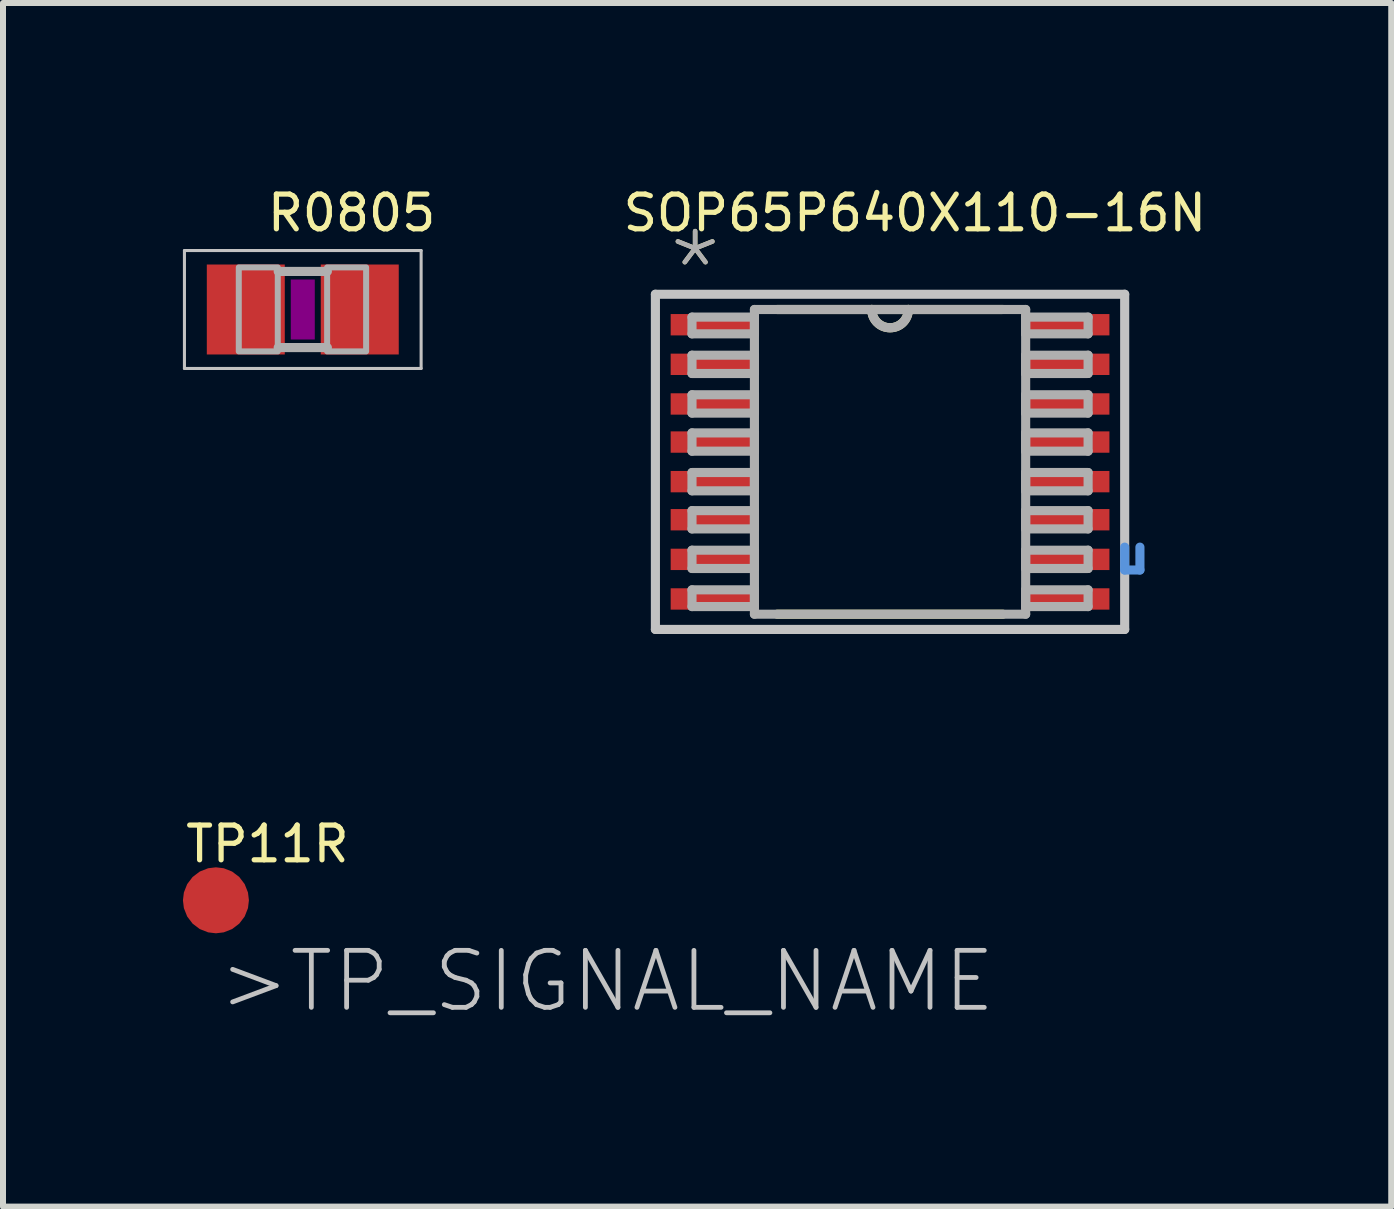
<source format=kicad_pcb>
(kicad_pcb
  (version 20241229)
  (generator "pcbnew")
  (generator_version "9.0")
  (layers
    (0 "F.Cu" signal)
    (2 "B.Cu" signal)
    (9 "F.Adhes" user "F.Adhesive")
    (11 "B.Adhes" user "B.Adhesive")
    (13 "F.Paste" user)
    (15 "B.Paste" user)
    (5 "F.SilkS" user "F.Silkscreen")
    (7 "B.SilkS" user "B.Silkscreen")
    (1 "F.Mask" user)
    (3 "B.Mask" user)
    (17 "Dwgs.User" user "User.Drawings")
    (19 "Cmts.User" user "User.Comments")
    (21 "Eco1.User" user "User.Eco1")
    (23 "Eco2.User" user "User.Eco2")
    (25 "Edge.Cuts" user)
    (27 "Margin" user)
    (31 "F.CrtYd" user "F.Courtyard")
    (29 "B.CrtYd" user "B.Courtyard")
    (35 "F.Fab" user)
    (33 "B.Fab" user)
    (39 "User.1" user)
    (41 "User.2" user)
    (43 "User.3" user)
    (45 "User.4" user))
  (footprint "SOP65P640X110-16N"
    (layer "F.Cu")
    (at 11.789 4.65)
    (property "Reference" "SOP65P640X110-16N" (at -4.496 -3.81 180) (layer "F.SilkS") (effects (font (size 0.579 0.579) (thickness 0.087)) (justify left bottom)))
    (attr through_hole)
    (fp_line (start -1.88 2.54) (end 1.88 2.54) (stroke (width 0.152) (type solid)) (layer "F.SilkS"))
    (fp_line (start -0.305 -2.54) (end -1.88 -2.54) (stroke (width 0.152) (type solid)) (layer "F.SilkS"))
    (fp_line (start 0.305 -2.54) (end -0.305 -2.54) (stroke (width 0.152) (type solid)) (layer "F.SilkS"))
    (fp_line (start 1.88 -2.54) (end 0.305 -2.54) (stroke (width 0.152) (type solid)) (layer "F.SilkS"))
    (fp_arc (start 0.3048 -2.54) (mid 0 -2.2352) (end -0.3048 -2.54) (stroke (width 0.1524) (type solid)) (layer "F.SilkS"))
    (fp_line (start -3.912 -2.794) (end 3.912 -2.794) (stroke (width 0.152) (type solid)) (layer "Dwgs.User"))
    (fp_line (start -3.912 2.794) (end -3.912 -2.794) (stroke (width 0.152) (type solid)) (layer "Dwgs.User"))
    (fp_line (start 3.912 -2.794) (end 3.912 2.794) (stroke (width 0.152) (type solid)) (layer "Dwgs.User"))
    (fp_line (start 3.912 2.794) (end -3.912 2.794) (stroke (width 0.152) (type solid)) (layer "Dwgs.User"))
    (fp_line (start 3.912 1.803) (end 3.912 1.422) (stroke (width 0.152) (type solid)) (layer "Cmts.User"))
    (fp_line (start 4.166 1.422) (end 4.166 1.803) (stroke (width 0.152) (type solid)) (layer "Cmts.User"))
    (fp_line (start 4.166 1.803) (end 3.912 1.803) (stroke (width 0.152) (type solid)) (layer "Cmts.User"))
    (fp_line (start -3.302 -2.413) (end -3.302 -2.134) (stroke (width 0.152) (type solid)) (layer "F.Fab"))
    (fp_line (start -3.302 -2.134) (end -2.261 -2.134) (stroke (width 0.152) (type solid)) (layer "F.Fab"))
    (fp_line (start -3.302 -1.778) (end -3.302 -1.473) (stroke (width 0.152) (type solid)) (layer "F.Fab"))
    (fp_line (start -3.302 -1.473) (end -2.261 -1.473) (stroke (width 0.152) (type solid)) (layer "F.Fab"))
    (fp_line (start -3.302 -1.118) (end -3.302 -0.813) (stroke (width 0.152) (type solid)) (layer "F.Fab"))
    (fp_line (start -3.302 -0.813) (end -2.261 -0.813) (stroke (width 0.152) (type solid)) (layer "F.Fab"))
    (fp_line (start -3.302 -0.483) (end -3.302 -0.178) (stroke (width 0.152) (type solid)) (layer "F.Fab"))
    (fp_line (start -3.302 -0.178) (end -2.261 -0.178) (stroke (width 0.152) (type solid)) (layer "F.Fab"))
    (fp_line (start -3.302 0.178) (end -3.302 0.483) (stroke (width 0.152) (type solid)) (layer "F.Fab"))
    (fp_line (start -3.302 0.483) (end -2.261 0.483) (stroke (width 0.152) (type solid)) (layer "F.Fab"))
    (fp_line (start -3.302 0.813) (end -3.302 1.118) (stroke (width 0.152) (type solid)) (layer "F.Fab"))
    (fp_line (start -3.302 1.118) (end -2.261 1.118) (stroke (width 0.152) (type solid)) (layer "F.Fab"))
    (fp_line (start -3.302 1.473) (end -3.302 1.778) (stroke (width 0.152) (type solid)) (layer "F.Fab"))
    (fp_line (start -3.302 1.778) (end -2.261 1.778) (stroke (width 0.152) (type solid)) (layer "F.Fab"))
    (fp_line (start -3.302 2.134) (end -3.302 2.413) (stroke (width 0.152) (type solid)) (layer "F.Fab"))
    (fp_line (start -3.302 2.413) (end -2.261 2.413) (stroke (width 0.152) (type solid)) (layer "F.Fab"))
    (fp_line (start -2.261 -2.54) (end -2.261 2.54) (stroke (width 0.152) (type solid)) (layer "F.Fab"))
    (fp_line (start -2.261 -2.413) (end -3.302 -2.413) (stroke (width 0.152) (type solid)) (layer "F.Fab"))
    (fp_line (start -2.261 -2.134) (end -2.261 -2.413) (stroke (width 0.152) (type solid)) (layer "F.Fab"))
    (fp_line (start -2.261 -1.778) (end -3.302 -1.778) (stroke (width 0.152) (type solid)) (layer "F.Fab"))
    (fp_line (start -2.261 -1.473) (end -2.261 -1.778) (stroke (width 0.152) (type solid)) (layer "F.Fab"))
    (fp_line (start -2.261 -1.118) (end -3.302 -1.118) (stroke (width 0.152) (type solid)) (layer "F.Fab"))
    (fp_line (start -2.261 -0.813) (end -2.261 -1.118) (stroke (width 0.152) (type solid)) (layer "F.Fab"))
    (fp_line (start -2.261 -0.483) (end -3.302 -0.483) (stroke (width 0.152) (type solid)) (layer "F.Fab"))
    (fp_line (start -2.261 -0.178) (end -2.261 -0.483) (stroke (width 0.152) (type solid)) (layer "F.Fab"))
    (fp_line (start -2.261 0.178) (end -3.302 0.178) (stroke (width 0.152) (type solid)) (layer "F.Fab"))
    (fp_line (start -2.261 0.483) (end -2.261 0.178) (stroke (width 0.152) (type solid)) (layer "F.Fab"))
    (fp_line (start -2.261 0.813) (end -3.302 0.813) (stroke (width 0.152) (type solid)) (layer "F.Fab"))
    (fp_line (start -2.261 1.118) (end -2.261 0.813) (stroke (width 0.152) (type solid)) (layer "F.Fab"))
    (fp_line (start -2.261 1.473) (end -3.302 1.473) (stroke (width 0.152) (type solid)) (layer "F.Fab"))
    (fp_line (start -2.261 1.778) (end -2.261 1.473) (stroke (width 0.152) (type solid)) (layer "F.Fab"))
    (fp_line (start -2.261 2.134) (end -3.302 2.134) (stroke (width 0.152) (type solid)) (layer "F.Fab"))
    (fp_line (start -2.261 2.413) (end -2.261 2.134) (stroke (width 0.152) (type solid)) (layer "F.Fab"))
    (fp_line (start -2.261 2.54) (end 2.261 2.54) (stroke (width 0.152) (type solid)) (layer "F.Fab"))
    (fp_line (start -0.305 -2.54) (end -2.261 -2.54) (stroke (width 0.152) (type solid)) (layer "F.Fab"))
    (fp_line (start 0.305 -2.54) (end -0.305 -2.54) (stroke (width 0.152) (type solid)) (layer "F.Fab"))
    (fp_line (start 2.261 -2.54) (end 0.305 -2.54) (stroke (width 0.152) (type solid)) (layer "F.Fab"))
    (fp_line (start 2.261 -2.413) (end 2.261 -2.134) (stroke (width 0.152) (type solid)) (layer "F.Fab"))
    (fp_line (start 2.261 -2.134) (end 3.302 -2.134) (stroke (width 0.152) (type solid)) (layer "F.Fab"))
    (fp_line (start 2.261 -1.778) (end 2.261 -1.473) (stroke (width 0.152) (type solid)) (layer "F.Fab"))
    (fp_line (start 2.261 -1.473) (end 3.302 -1.473) (stroke (width 0.152) (type solid)) (layer "F.Fab"))
    (fp_line (start 2.261 -1.118) (end 2.261 -0.813) (stroke (width 0.152) (type solid)) (layer "F.Fab"))
    (fp_line (start 2.261 -0.813) (end 3.302 -0.813) (stroke (width 0.152) (type solid)) (layer "F.Fab"))
    (fp_line (start 2.261 -0.483) (end 2.261 -0.178) (stroke (width 0.152) (type solid)) (layer "F.Fab"))
    (fp_line (start 2.261 -0.178) (end 3.302 -0.178) (stroke (width 0.152) (type solid)) (layer "F.Fab"))
    (fp_line (start 2.261 0.178) (end 2.261 0.483) (stroke (width 0.152) (type solid)) (layer "F.Fab"))
    (fp_line (start 2.261 0.483) (end 3.302 0.483) (stroke (width 0.152) (type solid)) (layer "F.Fab"))
    (fp_line (start 2.261 0.813) (end 2.261 1.118) (stroke (width 0.152) (type solid)) (layer "F.Fab"))
    (fp_line (start 2.261 1.118) (end 3.302 1.118) (stroke (width 0.152) (type solid)) (layer "F.Fab"))
    (fp_line (start 2.261 1.473) (end 2.261 1.778) (stroke (width 0.152) (type solid)) (layer "F.Fab"))
    (fp_line (start 2.261 1.778) (end 3.302 1.778) (stroke (width 0.152) (type solid)) (layer "F.Fab"))
    (fp_line (start 2.261 2.134) (end 2.261 2.413) (stroke (width 0.152) (type solid)) (layer "F.Fab"))
    (fp_line (start 2.261 2.413) (end 3.302 2.413) (stroke (width 0.152) (type solid)) (layer "F.Fab"))
    (fp_line (start 2.261 2.54) (end 2.261 -2.54) (stroke (width 0.152) (type solid)) (layer "F.Fab"))
    (fp_line (start 3.302 -2.413) (end 2.261 -2.413) (stroke (width 0.152) (type solid)) (layer "F.Fab"))
    (fp_line (start 3.302 -2.134) (end 3.302 -2.413) (stroke (width 0.152) (type solid)) (layer "F.Fab"))
    (fp_line (start 3.302 -1.778) (end 2.261 -1.778) (stroke (width 0.152) (type solid)) (layer "F.Fab"))
    (fp_line (start 3.302 -1.473) (end 3.302 -1.778) (stroke (width 0.152) (type solid)) (layer "F.Fab"))
    (fp_line (start 3.302 -1.118) (end 2.261 -1.118) (stroke (width 0.152) (type solid)) (layer "F.Fab"))
    (fp_line (start 3.302 -0.813) (end 3.302 -1.118) (stroke (width 0.152) (type solid)) (layer "F.Fab"))
    (fp_line (start 3.302 -0.483) (end 2.261 -0.483) (stroke (width 0.152) (type solid)) (layer "F.Fab"))
    (fp_line (start 3.302 -0.178) (end 3.302 -0.483) (stroke (width 0.152) (type solid)) (layer "F.Fab"))
    (fp_line (start 3.302 0.178) (end 2.261 0.178) (stroke (width 0.152) (type solid)) (layer "F.Fab"))
    (fp_line (start 3.302 0.483) (end 3.302 0.178) (stroke (width 0.152) (type solid)) (layer "F.Fab"))
    (fp_line (start 3.302 0.813) (end 2.261 0.813) (stroke (width 0.152) (type solid)) (layer "F.Fab"))
    (fp_line (start 3.302 1.118) (end 3.302 0.813) (stroke (width 0.152) (type solid)) (layer "F.Fab"))
    (fp_line (start 3.302 1.473) (end 2.261 1.473) (stroke (width 0.152) (type solid)) (layer "F.Fab"))
    (fp_line (start 3.302 1.778) (end 3.302 1.473) (stroke (width 0.152) (type solid)) (layer "F.Fab"))
    (fp_line (start 3.302 2.134) (end 2.261 2.134) (stroke (width 0.152) (type solid)) (layer "F.Fab"))
    (fp_line (start 3.302 2.413) (end 3.302 2.134) (stroke (width 0.152) (type solid)) (layer "F.Fab"))
    (fp_arc (start 0.3048 -2.54) (mid 0 -2.2352) (end -0.3048 -2.54) (stroke (width 0.1524) (type solid)) (layer "F.Fab"))
    (fp_text user "*" (at -3.759 -2.489 0) (layer "F.SilkS") (effects (font (size 1.206 1.206) (thickness 0.076)) (justify left bottom)))
    (fp_text user "*" (at -3.759 -2.489 0) (layer "F.Fab") (effects (font (size 1.206 1.206) (thickness 0.076)) (justify left bottom)))
    (pad "1" smd rect (at -2.921 -2.286) (size 1.473 0.356) (layers "F.Cu" "F.Mask" "F.Paste"))
    (pad "2" smd rect (at -2.921 -1.626) (size 1.473 0.356) (layers "F.Cu" "F.Mask" "F.Paste"))
    (pad "3" smd rect (at -2.921 -0.965) (size 1.473 0.356) (layers "F.Cu" "F.Mask" "F.Paste"))
    (pad "4" smd rect (at -2.921 -0.33) (size 1.473 0.356) (layers "F.Cu" "F.Mask" "F.Paste"))
    (pad "5" smd rect (at -2.921 0.33) (size 1.473 0.356) (layers "F.Cu" "F.Mask" "F.Paste"))
    (pad "6" smd rect (at -2.921 0.965) (size 1.473 0.356) (layers "F.Cu" "F.Mask" "F.Paste"))
    (pad "7" smd rect (at -2.921 1.626) (size 1.473 0.356) (layers "F.Cu" "F.Mask" "F.Paste"))
    (pad "8" smd rect (at -2.921 2.286) (size 1.473 0.356) (layers "F.Cu" "F.Mask" "F.Paste"))
    (pad "9" smd rect (at 2.921 2.286) (size 1.473 0.356) (layers "F.Cu" "F.Mask" "F.Paste"))
    (pad "10" smd rect (at 2.921 1.626) (size 1.473 0.356) (layers "F.Cu" "F.Mask" "F.Paste"))
    (pad "11" smd rect (at 2.921 0.965) (size 1.473 0.356) (layers "F.Cu" "F.Mask" "F.Paste"))
    (pad "12" smd rect (at 2.921 0.33) (size 1.473 0.356) (layers "F.Cu" "F.Mask" "F.Paste"))
    (pad "13" smd rect (at 2.921 -0.33) (size 1.473 0.356) (layers "F.Cu" "F.Mask" "F.Paste"))
    (pad "14" smd rect (at 2.921 -0.965) (size 1.473 0.356) (layers "F.Cu" "F.Mask" "F.Paste"))
    (pad "15" smd rect (at 2.921 -1.626) (size 1.473 0.356) (layers "F.Cu" "F.Mask" "F.Paste"))
    (pad "16" smd rect (at 2.921 -2.286) (size 1.473 0.356) (layers "F.Cu" "F.Mask" "F.Paste")))
  (footprint "R0805"
    (layer "F.Cu")
    (at 1.998 2.11)
    (property "Reference" "R0805" (at -0.635 -1.27 0) (layer "F.SilkS") (effects (font (size 0.579 0.579) (thickness 0.087)) (justify left bottom)))
    (attr through_hole)
    (fp_poly (pts (xy -0.2 0.5) (xy 0.2 0.5) (xy 0.2 -0.5) (xy -0.2 -0.5)) (stroke (width 0) (type solid)) (fill yes) (layer "F.Adhes"))
    (fp_line (start -1.973 -0.983) (end 1.973 -0.983) (stroke (width 0.051) (type solid)) (layer "Dwgs.User"))
    (fp_line (start -1.973 0.983) (end -1.973 -0.983) (stroke (width 0.051) (type solid)) (layer "Dwgs.User"))
    (fp_line (start 1.973 -0.983) (end 1.973 0.983) (stroke (width 0.051) (type solid)) (layer "Dwgs.User"))
    (fp_line (start 1.973 0.983) (end -1.973 0.983) (stroke (width 0.051) (type solid)) (layer "Dwgs.User"))
    (fp_line (start -0.41 -0.635) (end 0.41 -0.635) (stroke (width 0.152) (type solid)) (layer "F.Fab"))
    (fp_line (start -0.41 0.635) (end 0.41 0.635) (stroke (width 0.152) (type solid)) (layer "F.Fab"))
    (fp_poly (pts (xy -1.067 0.699) (xy -0.417 0.699) (xy -0.417 -0.702) (xy -1.067 -0.702)) (stroke (width 0.1) (type solid)) (fill no) (layer "F.Fab"))
    (fp_poly (pts (xy 0.406 0.699) (xy 1.056 0.699) (xy 1.056 -0.702) (xy 0.406 -0.702)) (stroke (width 0.1) (type solid)) (fill no) (layer "F.Fab"))
    (pad "1" smd rect (at -0.95 0) (size 1.3 1.5) (layers "F.Cu" "F.Mask" "F.Paste"))
    (pad "2" smd rect (at 0.95 0) (size 1.3 1.5) (layers "F.Cu" "F.Mask" "F.Paste")))
  (footprint "TP11R"
    (layer "F.Cu")
    (at 0.55 11.96)
    (property "Reference" "TP11R" (at -0.55 -0.6 0) (layer "F.SilkS") (effects (font (size 0.579 0.579) (thickness 0.087)) (justify left bottom)))
    (attr through_hole)
    (fp_text user ">TP_SIGNAL_NAME" (at 0 1.905 0) (layer "Dwgs.User") (effects (font (size 0.95 0.95) (thickness 0.08)) (justify left bottom)))
    (pad "TP" smd roundrect (at 0 0) (size 1.1 1.1) (layers "F.Cu" "F.Mask") (roundrect_rratio 0.5)))
  (gr_rect
    (start -3 -3)
    (end 20.145 17.067)
    (stroke (width 0.1) (type default))
    (fill no)
    (layer "Edge.Cuts")))
</source>
